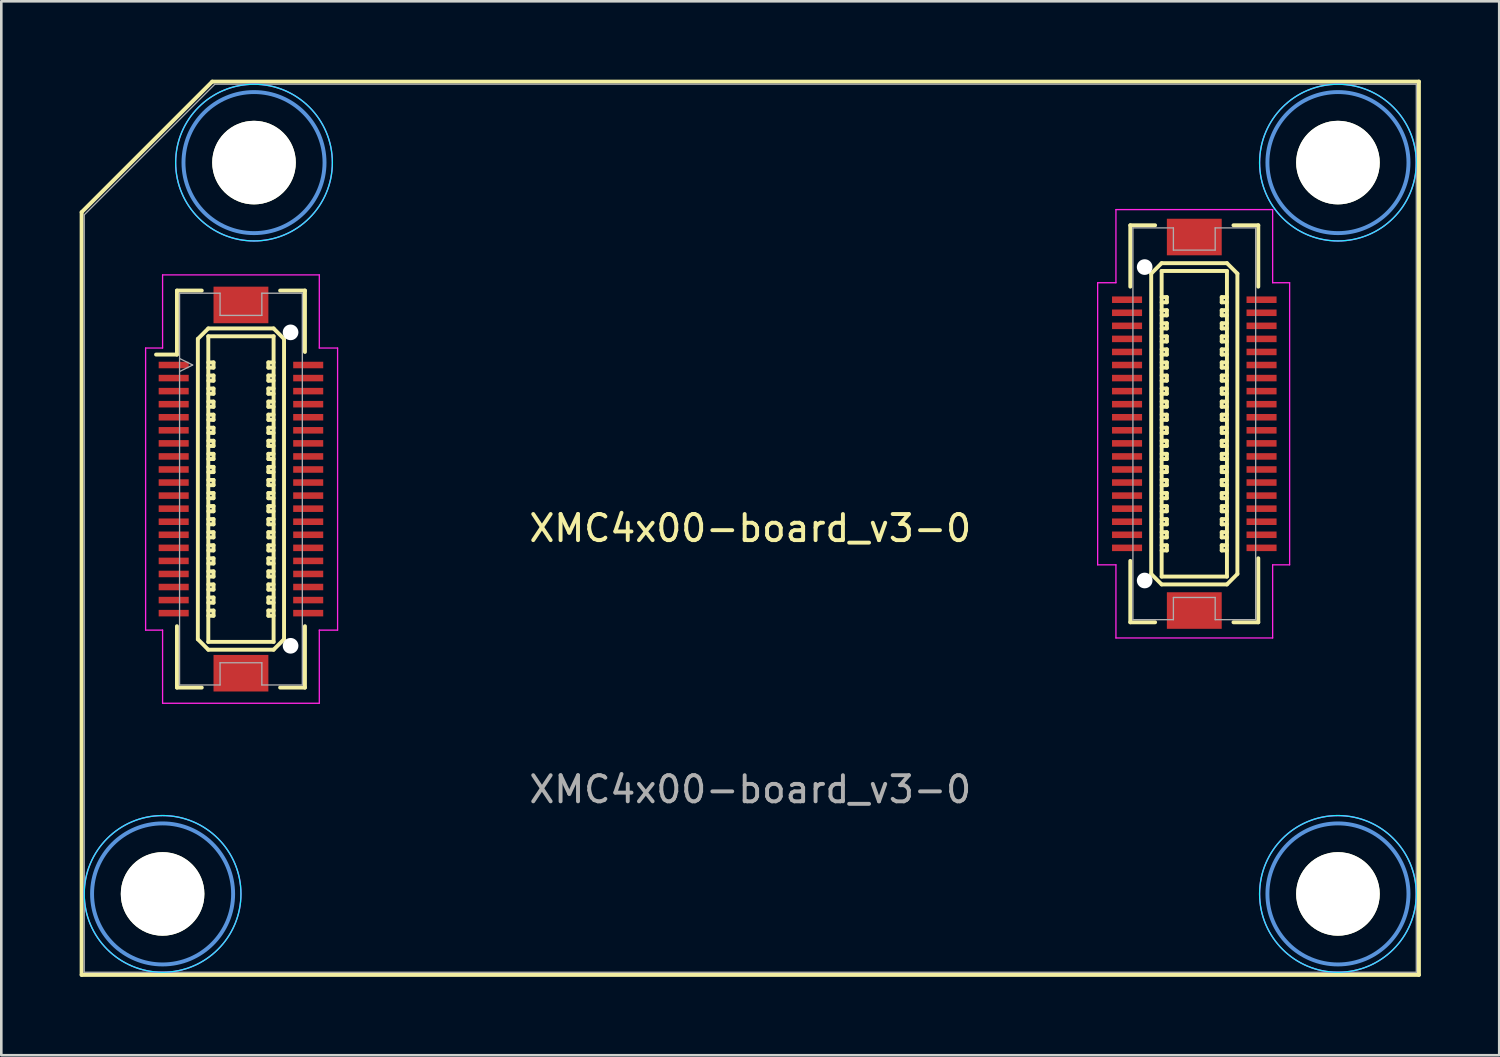
<source format=kicad_pcb>
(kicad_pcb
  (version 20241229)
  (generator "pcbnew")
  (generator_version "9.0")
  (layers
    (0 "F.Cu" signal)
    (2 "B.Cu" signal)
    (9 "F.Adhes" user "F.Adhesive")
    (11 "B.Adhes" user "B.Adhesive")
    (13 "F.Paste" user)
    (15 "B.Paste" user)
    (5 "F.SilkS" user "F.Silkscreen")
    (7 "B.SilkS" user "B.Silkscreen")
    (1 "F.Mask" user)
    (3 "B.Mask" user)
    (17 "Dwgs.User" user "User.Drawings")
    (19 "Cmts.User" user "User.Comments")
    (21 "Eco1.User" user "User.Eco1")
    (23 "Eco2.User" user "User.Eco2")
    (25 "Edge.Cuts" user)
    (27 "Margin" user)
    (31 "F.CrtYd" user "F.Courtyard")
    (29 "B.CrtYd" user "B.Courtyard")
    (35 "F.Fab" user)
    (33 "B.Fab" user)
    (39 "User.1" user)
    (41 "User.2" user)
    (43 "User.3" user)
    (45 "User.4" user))
  (footprint "XMC4x00-board_v3-0"
    (layer "F.Cu")
    (at 25.675 17.175)
    (property "Reference" "XMC4x00-board_v3-0" (at 0 10 0) (layer "F.Fab") (effects (font (size 1 1) (thickness 0.15))))
    (attr through_hole)
    (fp_line (start -25.6 -12.1) (end -20.6 -17.1) (stroke (width 0.15) (type solid)) (layer "F.SilkS"))
    (fp_line (start -25.6 17.1) (end -25.6 -12.1) (stroke (width 0.15) (type solid)) (layer "F.SilkS"))
    (fp_line (start -21.95 -9.1) (end -21.95 -6.65) (stroke (width 0.15) (type solid)) (layer "F.SilkS"))
    (fp_line (start -21.95 -9.1) (end -21 -9.1) (stroke (width 0.15) (type solid)) (layer "F.SilkS"))
    (fp_line (start -21.95 -6.65) (end -22.75 -6.65) (stroke (width 0.15) (type solid)) (layer "F.SilkS"))
    (fp_line (start -21.95 3.75) (end -21.95 6.1) (stroke (width 0.15) (type solid)) (layer "F.SilkS"))
    (fp_line (start -21.95 6.1) (end -21 6.1) (stroke (width 0.15) (type solid)) (layer "F.SilkS"))
    (fp_line (start -21.15 -7.25) (end -20.75 -7.65) (stroke (width 0.15) (type solid)) (layer "F.SilkS"))
    (fp_line (start -21.15 4.25) (end -21.15 -7.25) (stroke (width 0.15) (type solid)) (layer "F.SilkS"))
    (fp_line (start -20.75 -7.65) (end -18.25 -7.65) (stroke (width 0.15) (type solid)) (layer "F.SilkS"))
    (fp_line (start -20.75 -7.35) (end -18.25 -7.35) (stroke (width 0.15) (type solid)) (layer "F.SilkS"))
    (fp_line (start -20.75 -6.35) (end -20.55 -6.35) (stroke (width 0.15) (type solid)) (layer "F.SilkS"))
    (fp_line (start -20.75 -5.85) (end -20.55 -5.85) (stroke (width 0.15) (type solid)) (layer "F.SilkS"))
    (fp_line (start -20.75 -5.35) (end -20.55 -5.35) (stroke (width 0.15) (type solid)) (layer "F.SilkS"))
    (fp_line (start -20.75 -4.85) (end -20.55 -4.85) (stroke (width 0.15) (type solid)) (layer "F.SilkS"))
    (fp_line (start -20.75 -4.35) (end -20.55 -4.35) (stroke (width 0.15) (type solid)) (layer "F.SilkS"))
    (fp_line (start -20.75 -3.85) (end -20.55 -3.85) (stroke (width 0.15) (type solid)) (layer "F.SilkS"))
    (fp_line (start -20.75 -3.35) (end -20.55 -3.35) (stroke (width 0.15) (type solid)) (layer "F.SilkS"))
    (fp_line (start -20.75 -2.85) (end -20.55 -2.85) (stroke (width 0.15) (type solid)) (layer "F.SilkS"))
    (fp_line (start -20.75 -2.35) (end -20.55 -2.35) (stroke (width 0.15) (type solid)) (layer "F.SilkS"))
    (fp_line (start -20.75 -1.85) (end -20.55 -1.85) (stroke (width 0.15) (type solid)) (layer "F.SilkS"))
    (fp_line (start -20.75 -1.35) (end -20.55 -1.35) (stroke (width 0.15) (type solid)) (layer "F.SilkS"))
    (fp_line (start -20.75 -0.85) (end -20.55 -0.85) (stroke (width 0.15) (type solid)) (layer "F.SilkS"))
    (fp_line (start -20.75 -0.35) (end -20.55 -0.35) (stroke (width 0.15) (type solid)) (layer "F.SilkS"))
    (fp_line (start -20.75 0.15) (end -20.55 0.15) (stroke (width 0.15) (type solid)) (layer "F.SilkS"))
    (fp_line (start -20.75 0.65) (end -20.55 0.65) (stroke (width 0.15) (type solid)) (layer "F.SilkS"))
    (fp_line (start -20.75 1.15) (end -20.55 1.15) (stroke (width 0.15) (type solid)) (layer "F.SilkS"))
    (fp_line (start -20.75 1.65) (end -20.55 1.65) (stroke (width 0.15) (type solid)) (layer "F.SilkS"))
    (fp_line (start -20.75 2.15) (end -20.55 2.15) (stroke (width 0.15) (type solid)) (layer "F.SilkS"))
    (fp_line (start -20.75 2.65) (end -20.55 2.65) (stroke (width 0.15) (type solid)) (layer "F.SilkS"))
    (fp_line (start -20.75 3.15) (end -20.55 3.15) (stroke (width 0.15) (type solid)) (layer "F.SilkS"))
    (fp_line (start -20.75 4.35) (end -20.75 -7.35) (stroke (width 0.15) (type solid)) (layer "F.SilkS"))
    (fp_line (start -20.75 4.65) (end -21.15 4.25) (stroke (width 0.15) (type solid)) (layer "F.SilkS"))
    (fp_line (start -20.6 -17.1) (end 25.6 -17.1) (stroke (width 0.15) (type solid)) (layer "F.SilkS"))
    (fp_line (start -20.55 -6.35) (end -20.55 -6.15) (stroke (width 0.15) (type solid)) (layer "F.SilkS"))
    (fp_line (start -20.55 -6.15) (end -20.75 -6.15) (stroke (width 0.15) (type solid)) (layer "F.SilkS"))
    (fp_line (start -20.55 -5.85) (end -20.55 -5.65) (stroke (width 0.15) (type solid)) (layer "F.SilkS"))
    (fp_line (start -20.55 -5.65) (end -20.75 -5.65) (stroke (width 0.15) (type solid)) (layer "F.SilkS"))
    (fp_line (start -20.55 -5.35) (end -20.55 -5.15) (stroke (width 0.15) (type solid)) (layer "F.SilkS"))
    (fp_line (start -20.55 -5.15) (end -20.75 -5.15) (stroke (width 0.15) (type solid)) (layer "F.SilkS"))
    (fp_line (start -20.55 -4.85) (end -20.55 -4.65) (stroke (width 0.15) (type solid)) (layer "F.SilkS"))
    (fp_line (start -20.55 -4.65) (end -20.75 -4.65) (stroke (width 0.15) (type solid)) (layer "F.SilkS"))
    (fp_line (start -20.55 -4.35) (end -20.55 -4.15) (stroke (width 0.15) (type solid)) (layer "F.SilkS"))
    (fp_line (start -20.55 -4.15) (end -20.75 -4.15) (stroke (width 0.15) (type solid)) (layer "F.SilkS"))
    (fp_line (start -20.55 -3.85) (end -20.55 -3.65) (stroke (width 0.15) (type solid)) (layer "F.SilkS"))
    (fp_line (start -20.55 -3.65) (end -20.75 -3.65) (stroke (width 0.15) (type solid)) (layer "F.SilkS"))
    (fp_line (start -20.55 -3.35) (end -20.55 -3.15) (stroke (width 0.15) (type solid)) (layer "F.SilkS"))
    (fp_line (start -20.55 -3.15) (end -20.75 -3.15) (stroke (width 0.15) (type solid)) (layer "F.SilkS"))
    (fp_line (start -20.55 -2.85) (end -20.55 -2.65) (stroke (width 0.15) (type solid)) (layer "F.SilkS"))
    (fp_line (start -20.55 -2.65) (end -20.75 -2.65) (stroke (width 0.15) (type solid)) (layer "F.SilkS"))
    (fp_line (start -20.55 -2.35) (end -20.55 -2.15) (stroke (width 0.15) (type solid)) (layer "F.SilkS"))
    (fp_line (start -20.55 -2.15) (end -20.75 -2.15) (stroke (width 0.15) (type solid)) (layer "F.SilkS"))
    (fp_line (start -20.55 -1.85) (end -20.55 -1.65) (stroke (width 0.15) (type solid)) (layer "F.SilkS"))
    (fp_line (start -20.55 -1.65) (end -20.75 -1.65) (stroke (width 0.15) (type solid)) (layer "F.SilkS"))
    (fp_line (start -20.55 -1.35) (end -20.55 -1.15) (stroke (width 0.15) (type solid)) (layer "F.SilkS"))
    (fp_line (start -20.55 -1.15) (end -20.75 -1.15) (stroke (width 0.15) (type solid)) (layer "F.SilkS"))
    (fp_line (start -20.55 -0.85) (end -20.55 -0.65) (stroke (width 0.15) (type solid)) (layer "F.SilkS"))
    (fp_line (start -20.55 -0.65) (end -20.75 -0.65) (stroke (width 0.15) (type solid)) (layer "F.SilkS"))
    (fp_line (start -20.55 -0.35) (end -20.55 -0.15) (stroke (width 0.15) (type solid)) (layer "F.SilkS"))
    (fp_line (start -20.55 -0.15) (end -20.75 -0.15) (stroke (width 0.15) (type solid)) (layer "F.SilkS"))
    (fp_line (start -20.55 0.15) (end -20.55 0.35) (stroke (width 0.15) (type solid)) (layer "F.SilkS"))
    (fp_line (start -20.55 0.35) (end -20.75 0.35) (stroke (width 0.15) (type solid)) (layer "F.SilkS"))
    (fp_line (start -20.55 0.65) (end -20.55 0.85) (stroke (width 0.15) (type solid)) (layer "F.SilkS"))
    (fp_line (start -20.55 0.85) (end -20.75 0.85) (stroke (width 0.15) (type solid)) (layer "F.SilkS"))
    (fp_line (start -20.55 1.15) (end -20.55 1.35) (stroke (width 0.15) (type solid)) (layer "F.SilkS"))
    (fp_line (start -20.55 1.35) (end -20.75 1.35) (stroke (width 0.15) (type solid)) (layer "F.SilkS"))
    (fp_line (start -20.55 1.65) (end -20.55 1.85) (stroke (width 0.15) (type solid)) (layer "F.SilkS"))
    (fp_line (start -20.55 1.85) (end -20.75 1.85) (stroke (width 0.15) (type solid)) (layer "F.SilkS"))
    (fp_line (start -20.55 2.15) (end -20.55 2.35) (stroke (width 0.15) (type solid)) (layer "F.SilkS"))
    (fp_line (start -20.55 2.35) (end -20.75 2.35) (stroke (width 0.15) (type solid)) (layer "F.SilkS"))
    (fp_line (start -20.55 2.65) (end -20.55 2.85) (stroke (width 0.15) (type solid)) (layer "F.SilkS"))
    (fp_line (start -20.55 2.85) (end -20.75 2.85) (stroke (width 0.15) (type solid)) (layer "F.SilkS"))
    (fp_line (start -20.55 3.15) (end -20.55 3.35) (stroke (width 0.15) (type solid)) (layer "F.SilkS"))
    (fp_line (start -20.55 3.35) (end -20.75 3.35) (stroke (width 0.15) (type solid)) (layer "F.SilkS"))
    (fp_line (start -18.45 -6.35) (end -18.25 -6.35) (stroke (width 0.15) (type solid)) (layer "F.SilkS"))
    (fp_line (start -18.45 -6.15) (end -18.45 -6.35) (stroke (width 0.15) (type solid)) (layer "F.SilkS"))
    (fp_line (start -18.45 -5.85) (end -18.25 -5.85) (stroke (width 0.15) (type solid)) (layer "F.SilkS"))
    (fp_line (start -18.45 -5.65) (end -18.45 -5.85) (stroke (width 0.15) (type solid)) (layer "F.SilkS"))
    (fp_line (start -18.45 -5.35) (end -18.25 -5.35) (stroke (width 0.15) (type solid)) (layer "F.SilkS"))
    (fp_line (start -18.45 -5.15) (end -18.45 -5.35) (stroke (width 0.15) (type solid)) (layer "F.SilkS"))
    (fp_line (start -18.45 -4.85) (end -18.25 -4.85) (stroke (width 0.15) (type solid)) (layer "F.SilkS"))
    (fp_line (start -18.45 -4.65) (end -18.45 -4.85) (stroke (width 0.15) (type solid)) (layer "F.SilkS"))
    (fp_line (start -18.45 -4.35) (end -18.25 -4.35) (stroke (width 0.15) (type solid)) (layer "F.SilkS"))
    (fp_line (start -18.45 -4.15) (end -18.45 -4.35) (stroke (width 0.15) (type solid)) (layer "F.SilkS"))
    (fp_line (start -18.45 -3.85) (end -18.25 -3.85) (stroke (width 0.15) (type solid)) (layer "F.SilkS"))
    (fp_line (start -18.45 -3.65) (end -18.45 -3.85) (stroke (width 0.15) (type solid)) (layer "F.SilkS"))
    (fp_line (start -18.45 -3.35) (end -18.25 -3.35) (stroke (width 0.15) (type solid)) (layer "F.SilkS"))
    (fp_line (start -18.45 -3.15) (end -18.45 -3.35) (stroke (width 0.15) (type solid)) (layer "F.SilkS"))
    (fp_line (start -18.45 -2.85) (end -18.25 -2.85) (stroke (width 0.15) (type solid)) (layer "F.SilkS"))
    (fp_line (start -18.45 -2.65) (end -18.45 -2.85) (stroke (width 0.15) (type solid)) (layer "F.SilkS"))
    (fp_line (start -18.45 -2.35) (end -18.25 -2.35) (stroke (width 0.15) (type solid)) (layer "F.SilkS"))
    (fp_line (start -18.45 -2.15) (end -18.45 -2.35) (stroke (width 0.15) (type solid)) (layer "F.SilkS"))
    (fp_line (start -18.45 -1.85) (end -18.25 -1.85) (stroke (width 0.15) (type solid)) (layer "F.SilkS"))
    (fp_line (start -18.45 -1.65) (end -18.45 -1.85) (stroke (width 0.15) (type solid)) (layer "F.SilkS"))
    (fp_line (start -18.45 -1.35) (end -18.25 -1.35) (stroke (width 0.15) (type solid)) (layer "F.SilkS"))
    (fp_line (start -18.45 -1.15) (end -18.45 -1.35) (stroke (width 0.15) (type solid)) (layer "F.SilkS"))
    (fp_line (start -18.45 -0.85) (end -18.25 -0.85) (stroke (width 0.15) (type solid)) (layer "F.SilkS"))
    (fp_line (start -18.45 -0.65) (end -18.45 -0.85) (stroke (width 0.15) (type solid)) (layer "F.SilkS"))
    (fp_line (start -18.45 -0.35) (end -18.25 -0.35) (stroke (width 0.15) (type solid)) (layer "F.SilkS"))
    (fp_line (start -18.45 -0.15) (end -18.45 -0.35) (stroke (width 0.15) (type solid)) (layer "F.SilkS"))
    (fp_line (start -18.45 0.15) (end -18.25 0.15) (stroke (width 0.15) (type solid)) (layer "F.SilkS"))
    (fp_line (start -18.45 0.35) (end -18.45 0.15) (stroke (width 0.15) (type solid)) (layer "F.SilkS"))
    (fp_line (start -18.45 0.65) (end -18.25 0.65) (stroke (width 0.15) (type solid)) (layer "F.SilkS"))
    (fp_line (start -18.45 0.85) (end -18.45 0.65) (stroke (width 0.15) (type solid)) (layer "F.SilkS"))
    (fp_line (start -18.45 1.15) (end -18.25 1.15) (stroke (width 0.15) (type solid)) (layer "F.SilkS"))
    (fp_line (start -18.45 1.35) (end -18.45 1.15) (stroke (width 0.15) (type solid)) (layer "F.SilkS"))
    (fp_line (start -18.45 1.65) (end -18.25 1.65) (stroke (width 0.15) (type solid)) (layer "F.SilkS"))
    (fp_line (start -18.45 1.85) (end -18.45 1.65) (stroke (width 0.15) (type solid)) (layer "F.SilkS"))
    (fp_line (start -18.45 2.15) (end -18.25 2.15) (stroke (width 0.15) (type solid)) (layer "F.SilkS"))
    (fp_line (start -18.45 2.35) (end -18.45 2.15) (stroke (width 0.15) (type solid)) (layer "F.SilkS"))
    (fp_line (start -18.45 2.65) (end -18.25 2.65) (stroke (width 0.15) (type solid)) (layer "F.SilkS"))
    (fp_line (start -18.45 2.85) (end -18.45 2.65) (stroke (width 0.15) (type solid)) (layer "F.SilkS"))
    (fp_line (start -18.45 3.15) (end -18.25 3.15) (stroke (width 0.15) (type solid)) (layer "F.SilkS"))
    (fp_line (start -18.45 3.35) (end -18.45 3.15) (stroke (width 0.15) (type solid)) (layer "F.SilkS"))
    (fp_line (start -18.25 -7.65) (end -17.85 -7.25) (stroke (width 0.15) (type solid)) (layer "F.SilkS"))
    (fp_line (start -18.25 -7.35) (end -18.25 4.35) (stroke (width 0.15) (type solid)) (layer "F.SilkS"))
    (fp_line (start -18.25 -6.15) (end -18.45 -6.15) (stroke (width 0.15) (type solid)) (layer "F.SilkS"))
    (fp_line (start -18.25 -5.65) (end -18.45 -5.65) (stroke (width 0.15) (type solid)) (layer "F.SilkS"))
    (fp_line (start -18.25 -5.15) (end -18.45 -5.15) (stroke (width 0.15) (type solid)) (layer "F.SilkS"))
    (fp_line (start -18.25 -4.65) (end -18.45 -4.65) (stroke (width 0.15) (type solid)) (layer "F.SilkS"))
    (fp_line (start -18.25 -4.15) (end -18.45 -4.15) (stroke (width 0.15) (type solid)) (layer "F.SilkS"))
    (fp_line (start -18.25 -3.65) (end -18.45 -3.65) (stroke (width 0.15) (type solid)) (layer "F.SilkS"))
    (fp_line (start -18.25 -3.15) (end -18.45 -3.15) (stroke (width 0.15) (type solid)) (layer "F.SilkS"))
    (fp_line (start -18.25 -2.65) (end -18.45 -2.65) (stroke (width 0.15) (type solid)) (layer "F.SilkS"))
    (fp_line (start -18.25 -2.15) (end -18.45 -2.15) (stroke (width 0.15) (type solid)) (layer "F.SilkS"))
    (fp_line (start -18.25 -1.65) (end -18.45 -1.65) (stroke (width 0.15) (type solid)) (layer "F.SilkS"))
    (fp_line (start -18.25 -1.15) (end -18.45 -1.15) (stroke (width 0.15) (type solid)) (layer "F.SilkS"))
    (fp_line (start -18.25 -0.65) (end -18.45 -0.65) (stroke (width 0.15) (type solid)) (layer "F.SilkS"))
    (fp_line (start -18.25 -0.15) (end -18.45 -0.15) (stroke (width 0.15) (type solid)) (layer "F.SilkS"))
    (fp_line (start -18.25 0.35) (end -18.45 0.35) (stroke (width 0.15) (type solid)) (layer "F.SilkS"))
    (fp_line (start -18.25 0.85) (end -18.45 0.85) (stroke (width 0.15) (type solid)) (layer "F.SilkS"))
    (fp_line (start -18.25 1.35) (end -18.45 1.35) (stroke (width 0.15) (type solid)) (layer "F.SilkS"))
    (fp_line (start -18.25 1.85) (end -18.45 1.85) (stroke (width 0.15) (type solid)) (layer "F.SilkS"))
    (fp_line (start -18.25 2.35) (end -18.45 2.35) (stroke (width 0.15) (type solid)) (layer "F.SilkS"))
    (fp_line (start -18.25 2.85) (end -18.45 2.85) (stroke (width 0.15) (type solid)) (layer "F.SilkS"))
    (fp_line (start -18.25 3.35) (end -18.45 3.35) (stroke (width 0.15) (type solid)) (layer "F.SilkS"))
    (fp_line (start -18.25 4.35) (end -20.75 4.35) (stroke (width 0.15) (type solid)) (layer "F.SilkS"))
    (fp_line (start -18.25 4.65) (end -20.75 4.65) (stroke (width 0.15) (type solid)) (layer "F.SilkS"))
    (fp_line (start -18.25 4.65) (end -17.85 4.25) (stroke (width 0.15) (type solid)) (layer "F.SilkS"))
    (fp_line (start -18 -9.1) (end -17.05 -9.1) (stroke (width 0.15) (type solid)) (layer "F.SilkS"))
    (fp_line (start -17.85 -7.25) (end -17.85 4.25) (stroke (width 0.15) (type solid)) (layer "F.SilkS"))
    (fp_line (start -17.05 -9.1) (end -17.05 -6.75) (stroke (width 0.15) (type solid)) (layer "F.SilkS"))
    (fp_line (start -17.05 3.75) (end -17.05 6.1) (stroke (width 0.15) (type solid)) (layer "F.SilkS"))
    (fp_line (start -17.05 6.1) (end -18 6.1) (stroke (width 0.15) (type solid)) (layer "F.SilkS"))
    (fp_line (start 14.55 -11.6) (end 15.5 -11.6) (stroke (width 0.15) (type solid)) (layer "F.SilkS"))
    (fp_line (start 14.55 -9.25) (end 14.55 -11.6) (stroke (width 0.15) (type solid)) (layer "F.SilkS"))
    (fp_line (start 14.55 3.6) (end 14.55 1.25) (stroke (width 0.15) (type solid)) (layer "F.SilkS"))
    (fp_line (start 15.35 1.75) (end 15.35 -9.75) (stroke (width 0.15) (type solid)) (layer "F.SilkS"))
    (fp_line (start 15.5 3.6) (end 14.55 3.6) (stroke (width 0.15) (type solid)) (layer "F.SilkS"))
    (fp_line (start 15.75 -10.15) (end 15.35 -9.75) (stroke (width 0.15) (type solid)) (layer "F.SilkS"))
    (fp_line (start 15.75 -10.15) (end 18.25 -10.15) (stroke (width 0.15) (type solid)) (layer "F.SilkS"))
    (fp_line (start 15.75 -9.85) (end 18.25 -9.85) (stroke (width 0.15) (type solid)) (layer "F.SilkS"))
    (fp_line (start 15.75 -8.85) (end 15.95 -8.85) (stroke (width 0.15) (type solid)) (layer "F.SilkS"))
    (fp_line (start 15.75 -8.35) (end 15.95 -8.35) (stroke (width 0.15) (type solid)) (layer "F.SilkS"))
    (fp_line (start 15.75 -7.85) (end 15.95 -7.85) (stroke (width 0.15) (type solid)) (layer "F.SilkS"))
    (fp_line (start 15.75 -7.35) (end 15.95 -7.35) (stroke (width 0.15) (type solid)) (layer "F.SilkS"))
    (fp_line (start 15.75 -6.85) (end 15.95 -6.85) (stroke (width 0.15) (type solid)) (layer "F.SilkS"))
    (fp_line (start 15.75 -6.35) (end 15.95 -6.35) (stroke (width 0.15) (type solid)) (layer "F.SilkS"))
    (fp_line (start 15.75 -5.85) (end 15.95 -5.85) (stroke (width 0.15) (type solid)) (layer "F.SilkS"))
    (fp_line (start 15.75 -5.35) (end 15.95 -5.35) (stroke (width 0.15) (type solid)) (layer "F.SilkS"))
    (fp_line (start 15.75 -4.85) (end 15.95 -4.85) (stroke (width 0.15) (type solid)) (layer "F.SilkS"))
    (fp_line (start 15.75 -4.35) (end 15.95 -4.35) (stroke (width 0.15) (type solid)) (layer "F.SilkS"))
    (fp_line (start 15.75 -3.85) (end 15.95 -3.85) (stroke (width 0.15) (type solid)) (layer "F.SilkS"))
    (fp_line (start 15.75 -3.35) (end 15.95 -3.35) (stroke (width 0.15) (type solid)) (layer "F.SilkS"))
    (fp_line (start 15.75 -2.85) (end 15.95 -2.85) (stroke (width 0.15) (type solid)) (layer "F.SilkS"))
    (fp_line (start 15.75 -2.35) (end 15.95 -2.35) (stroke (width 0.15) (type solid)) (layer "F.SilkS"))
    (fp_line (start 15.75 -1.85) (end 15.95 -1.85) (stroke (width 0.15) (type solid)) (layer "F.SilkS"))
    (fp_line (start 15.75 -1.35) (end 15.95 -1.35) (stroke (width 0.15) (type solid)) (layer "F.SilkS"))
    (fp_line (start 15.75 -0.85) (end 15.95 -0.85) (stroke (width 0.15) (type solid)) (layer "F.SilkS"))
    (fp_line (start 15.75 -0.35) (end 15.95 -0.35) (stroke (width 0.15) (type solid)) (layer "F.SilkS"))
    (fp_line (start 15.75 0.15) (end 15.95 0.15) (stroke (width 0.15) (type solid)) (layer "F.SilkS"))
    (fp_line (start 15.75 0.65) (end 15.95 0.65) (stroke (width 0.15) (type solid)) (layer "F.SilkS"))
    (fp_line (start 15.75 1.85) (end 15.75 -9.85) (stroke (width 0.15) (type solid)) (layer "F.SilkS"))
    (fp_line (start 15.75 2.15) (end 15.35 1.75) (stroke (width 0.15) (type solid)) (layer "F.SilkS"))
    (fp_line (start 15.95 -8.85) (end 15.95 -8.65) (stroke (width 0.15) (type solid)) (layer "F.SilkS"))
    (fp_line (start 15.95 -8.65) (end 15.75 -8.65) (stroke (width 0.15) (type solid)) (layer "F.SilkS"))
    (fp_line (start 15.95 -8.35) (end 15.95 -8.15) (stroke (width 0.15) (type solid)) (layer "F.SilkS"))
    (fp_line (start 15.95 -8.15) (end 15.75 -8.15) (stroke (width 0.15) (type solid)) (layer "F.SilkS"))
    (fp_line (start 15.95 -7.85) (end 15.95 -7.65) (stroke (width 0.15) (type solid)) (layer "F.SilkS"))
    (fp_line (start 15.95 -7.65) (end 15.75 -7.65) (stroke (width 0.15) (type solid)) (layer "F.SilkS"))
    (fp_line (start 15.95 -7.35) (end 15.95 -7.15) (stroke (width 0.15) (type solid)) (layer "F.SilkS"))
    (fp_line (start 15.95 -7.15) (end 15.75 -7.15) (stroke (width 0.15) (type solid)) (layer "F.SilkS"))
    (fp_line (start 15.95 -6.85) (end 15.95 -6.65) (stroke (width 0.15) (type solid)) (layer "F.SilkS"))
    (fp_line (start 15.95 -6.65) (end 15.75 -6.65) (stroke (width 0.15) (type solid)) (layer "F.SilkS"))
    (fp_line (start 15.95 -6.35) (end 15.95 -6.15) (stroke (width 0.15) (type solid)) (layer "F.SilkS"))
    (fp_line (start 15.95 -6.15) (end 15.75 -6.15) (stroke (width 0.15) (type solid)) (layer "F.SilkS"))
    (fp_line (start 15.95 -5.85) (end 15.95 -5.65) (stroke (width 0.15) (type solid)) (layer "F.SilkS"))
    (fp_line (start 15.95 -5.65) (end 15.75 -5.65) (stroke (width 0.15) (type solid)) (layer "F.SilkS"))
    (fp_line (start 15.95 -5.35) (end 15.95 -5.15) (stroke (width 0.15) (type solid)) (layer "F.SilkS"))
    (fp_line (start 15.95 -5.15) (end 15.75 -5.15) (stroke (width 0.15) (type solid)) (layer "F.SilkS"))
    (fp_line (start 15.95 -4.85) (end 15.95 -4.65) (stroke (width 0.15) (type solid)) (layer "F.SilkS"))
    (fp_line (start 15.95 -4.65) (end 15.75 -4.65) (stroke (width 0.15) (type solid)) (layer "F.SilkS"))
    (fp_line (start 15.95 -4.35) (end 15.95 -4.15) (stroke (width 0.15) (type solid)) (layer "F.SilkS"))
    (fp_line (start 15.95 -4.15) (end 15.75 -4.15) (stroke (width 0.15) (type solid)) (layer "F.SilkS"))
    (fp_line (start 15.95 -3.85) (end 15.95 -3.65) (stroke (width 0.15) (type solid)) (layer "F.SilkS"))
    (fp_line (start 15.95 -3.65) (end 15.75 -3.65) (stroke (width 0.15) (type solid)) (layer "F.SilkS"))
    (fp_line (start 15.95 -3.35) (end 15.95 -3.15) (stroke (width 0.15) (type solid)) (layer "F.SilkS"))
    (fp_line (start 15.95 -3.15) (end 15.75 -3.15) (stroke (width 0.15) (type solid)) (layer "F.SilkS"))
    (fp_line (start 15.95 -2.85) (end 15.95 -2.65) (stroke (width 0.15) (type solid)) (layer "F.SilkS"))
    (fp_line (start 15.95 -2.65) (end 15.75 -2.65) (stroke (width 0.15) (type solid)) (layer "F.SilkS"))
    (fp_line (start 15.95 -2.35) (end 15.95 -2.15) (stroke (width 0.15) (type solid)) (layer "F.SilkS"))
    (fp_line (start 15.95 -2.15) (end 15.75 -2.15) (stroke (width 0.15) (type solid)) (layer "F.SilkS"))
    (fp_line (start 15.95 -1.85) (end 15.95 -1.65) (stroke (width 0.15) (type solid)) (layer "F.SilkS"))
    (fp_line (start 15.95 -1.65) (end 15.75 -1.65) (stroke (width 0.15) (type solid)) (layer "F.SilkS"))
    (fp_line (start 15.95 -1.35) (end 15.95 -1.15) (stroke (width 0.15) (type solid)) (layer "F.SilkS"))
    (fp_line (start 15.95 -1.15) (end 15.75 -1.15) (stroke (width 0.15) (type solid)) (layer "F.SilkS"))
    (fp_line (start 15.95 -0.85) (end 15.95 -0.65) (stroke (width 0.15) (type solid)) (layer "F.SilkS"))
    (fp_line (start 15.95 -0.65) (end 15.75 -0.65) (stroke (width 0.15) (type solid)) (layer "F.SilkS"))
    (fp_line (start 15.95 -0.35) (end 15.95 -0.15) (stroke (width 0.15) (type solid)) (layer "F.SilkS"))
    (fp_line (start 15.95 -0.15) (end 15.75 -0.15) (stroke (width 0.15) (type solid)) (layer "F.SilkS"))
    (fp_line (start 15.95 0.15) (end 15.95 0.35) (stroke (width 0.15) (type solid)) (layer "F.SilkS"))
    (fp_line (start 15.95 0.35) (end 15.75 0.35) (stroke (width 0.15) (type solid)) (layer "F.SilkS"))
    (fp_line (start 15.95 0.65) (end 15.95 0.85) (stroke (width 0.15) (type solid)) (layer "F.SilkS"))
    (fp_line (start 15.95 0.85) (end 15.75 0.85) (stroke (width 0.15) (type solid)) (layer "F.SilkS"))
    (fp_line (start 18.05 -8.85) (end 18.25 -8.85) (stroke (width 0.15) (type solid)) (layer "F.SilkS"))
    (fp_line (start 18.05 -8.65) (end 18.05 -8.85) (stroke (width 0.15) (type solid)) (layer "F.SilkS"))
    (fp_line (start 18.05 -8.35) (end 18.25 -8.35) (stroke (width 0.15) (type solid)) (layer "F.SilkS"))
    (fp_line (start 18.05 -8.15) (end 18.05 -8.35) (stroke (width 0.15) (type solid)) (layer "F.SilkS"))
    (fp_line (start 18.05 -7.85) (end 18.25 -7.85) (stroke (width 0.15) (type solid)) (layer "F.SilkS"))
    (fp_line (start 18.05 -7.65) (end 18.05 -7.85) (stroke (width 0.15) (type solid)) (layer "F.SilkS"))
    (fp_line (start 18.05 -7.35) (end 18.25 -7.35) (stroke (width 0.15) (type solid)) (layer "F.SilkS"))
    (fp_line (start 18.05 -7.15) (end 18.05 -7.35) (stroke (width 0.15) (type solid)) (layer "F.SilkS"))
    (fp_line (start 18.05 -6.85) (end 18.25 -6.85) (stroke (width 0.15) (type solid)) (layer "F.SilkS"))
    (fp_line (start 18.05 -6.65) (end 18.05 -6.85) (stroke (width 0.15) (type solid)) (layer "F.SilkS"))
    (fp_line (start 18.05 -6.35) (end 18.25 -6.35) (stroke (width 0.15) (type solid)) (layer "F.SilkS"))
    (fp_line (start 18.05 -6.15) (end 18.05 -6.35) (stroke (width 0.15) (type solid)) (layer "F.SilkS"))
    (fp_line (start 18.05 -5.85) (end 18.25 -5.85) (stroke (width 0.15) (type solid)) (layer "F.SilkS"))
    (fp_line (start 18.05 -5.65) (end 18.05 -5.85) (stroke (width 0.15) (type solid)) (layer "F.SilkS"))
    (fp_line (start 18.05 -5.35) (end 18.25 -5.35) (stroke (width 0.15) (type solid)) (layer "F.SilkS"))
    (fp_line (start 18.05 -5.15) (end 18.05 -5.35) (stroke (width 0.15) (type solid)) (layer "F.SilkS"))
    (fp_line (start 18.05 -4.85) (end 18.25 -4.85) (stroke (width 0.15) (type solid)) (layer "F.SilkS"))
    (fp_line (start 18.05 -4.65) (end 18.05 -4.85) (stroke (width 0.15) (type solid)) (layer "F.SilkS"))
    (fp_line (start 18.05 -4.35) (end 18.25 -4.35) (stroke (width 0.15) (type solid)) (layer "F.SilkS"))
    (fp_line (start 18.05 -4.15) (end 18.05 -4.35) (stroke (width 0.15) (type solid)) (layer "F.SilkS"))
    (fp_line (start 18.05 -3.85) (end 18.25 -3.85) (stroke (width 0.15) (type solid)) (layer "F.SilkS"))
    (fp_line (start 18.05 -3.65) (end 18.05 -3.85) (stroke (width 0.15) (type solid)) (layer "F.SilkS"))
    (fp_line (start 18.05 -3.35) (end 18.25 -3.35) (stroke (width 0.15) (type solid)) (layer "F.SilkS"))
    (fp_line (start 18.05 -3.15) (end 18.05 -3.35) (stroke (width 0.15) (type solid)) (layer "F.SilkS"))
    (fp_line (start 18.05 -2.85) (end 18.25 -2.85) (stroke (width 0.15) (type solid)) (layer "F.SilkS"))
    (fp_line (start 18.05 -2.65) (end 18.05 -2.85) (stroke (width 0.15) (type solid)) (layer "F.SilkS"))
    (fp_line (start 18.05 -2.35) (end 18.25 -2.35) (stroke (width 0.15) (type solid)) (layer "F.SilkS"))
    (fp_line (start 18.05 -2.15) (end 18.05 -2.35) (stroke (width 0.15) (type solid)) (layer "F.SilkS"))
    (fp_line (start 18.05 -1.85) (end 18.25 -1.85) (stroke (width 0.15) (type solid)) (layer "F.SilkS"))
    (fp_line (start 18.05 -1.65) (end 18.05 -1.85) (stroke (width 0.15) (type solid)) (layer "F.SilkS"))
    (fp_line (start 18.05 -1.35) (end 18.25 -1.35) (stroke (width 0.15) (type solid)) (layer "F.SilkS"))
    (fp_line (start 18.05 -1.15) (end 18.05 -1.35) (stroke (width 0.15) (type solid)) (layer "F.SilkS"))
    (fp_line (start 18.05 -0.85) (end 18.25 -0.85) (stroke (width 0.15) (type solid)) (layer "F.SilkS"))
    (fp_line (start 18.05 -0.65) (end 18.05 -0.85) (stroke (width 0.15) (type solid)) (layer "F.SilkS"))
    (fp_line (start 18.05 -0.35) (end 18.25 -0.35) (stroke (width 0.15) (type solid)) (layer "F.SilkS"))
    (fp_line (start 18.05 -0.15) (end 18.05 -0.35) (stroke (width 0.15) (type solid)) (layer "F.SilkS"))
    (fp_line (start 18.05 0.15) (end 18.25 0.15) (stroke (width 0.15) (type solid)) (layer "F.SilkS"))
    (fp_line (start 18.05 0.35) (end 18.05 0.15) (stroke (width 0.15) (type solid)) (layer "F.SilkS"))
    (fp_line (start 18.05 0.65) (end 18.25 0.65) (stroke (width 0.15) (type solid)) (layer "F.SilkS"))
    (fp_line (start 18.05 0.85) (end 18.05 0.65) (stroke (width 0.15) (type solid)) (layer "F.SilkS"))
    (fp_line (start 18.25 -10.15) (end 18.65 -9.75) (stroke (width 0.15) (type solid)) (layer "F.SilkS"))
    (fp_line (start 18.25 -9.85) (end 18.25 1.85) (stroke (width 0.15) (type solid)) (layer "F.SilkS"))
    (fp_line (start 18.25 -8.65) (end 18.05 -8.65) (stroke (width 0.15) (type solid)) (layer "F.SilkS"))
    (fp_line (start 18.25 -8.15) (end 18.05 -8.15) (stroke (width 0.15) (type solid)) (layer "F.SilkS"))
    (fp_line (start 18.25 -7.65) (end 18.05 -7.65) (stroke (width 0.15) (type solid)) (layer "F.SilkS"))
    (fp_line (start 18.25 -7.15) (end 18.05 -7.15) (stroke (width 0.15) (type solid)) (layer "F.SilkS"))
    (fp_line (start 18.25 -6.65) (end 18.05 -6.65) (stroke (width 0.15) (type solid)) (layer "F.SilkS"))
    (fp_line (start 18.25 -6.15) (end 18.05 -6.15) (stroke (width 0.15) (type solid)) (layer "F.SilkS"))
    (fp_line (start 18.25 -5.65) (end 18.05 -5.65) (stroke (width 0.15) (type solid)) (layer "F.SilkS"))
    (fp_line (start 18.25 -5.15) (end 18.05 -5.15) (stroke (width 0.15) (type solid)) (layer "F.SilkS"))
    (fp_line (start 18.25 -4.65) (end 18.05 -4.65) (stroke (width 0.15) (type solid)) (layer "F.SilkS"))
    (fp_line (start 18.25 -4.15) (end 18.05 -4.15) (stroke (width 0.15) (type solid)) (layer "F.SilkS"))
    (fp_line (start 18.25 -3.65) (end 18.05 -3.65) (stroke (width 0.15) (type solid)) (layer "F.SilkS"))
    (fp_line (start 18.25 -3.15) (end 18.05 -3.15) (stroke (width 0.15) (type solid)) (layer "F.SilkS"))
    (fp_line (start 18.25 -2.65) (end 18.05 -2.65) (stroke (width 0.15) (type solid)) (layer "F.SilkS"))
    (fp_line (start 18.25 -2.15) (end 18.05 -2.15) (stroke (width 0.15) (type solid)) (layer "F.SilkS"))
    (fp_line (start 18.25 -1.65) (end 18.05 -1.65) (stroke (width 0.15) (type solid)) (layer "F.SilkS"))
    (fp_line (start 18.25 -1.15) (end 18.05 -1.15) (stroke (width 0.15) (type solid)) (layer "F.SilkS"))
    (fp_line (start 18.25 -0.65) (end 18.05 -0.65) (stroke (width 0.15) (type solid)) (layer "F.SilkS"))
    (fp_line (start 18.25 -0.15) (end 18.05 -0.15) (stroke (width 0.15) (type solid)) (layer "F.SilkS"))
    (fp_line (start 18.25 0.35) (end 18.05 0.35) (stroke (width 0.15) (type solid)) (layer "F.SilkS"))
    (fp_line (start 18.25 0.85) (end 18.05 0.85) (stroke (width 0.15) (type solid)) (layer "F.SilkS"))
    (fp_line (start 18.25 1.85) (end 15.75 1.85) (stroke (width 0.15) (type solid)) (layer "F.SilkS"))
    (fp_line (start 18.25 2.15) (end 15.75 2.15) (stroke (width 0.15) (type solid)) (layer "F.SilkS"))
    (fp_line (start 18.65 -9.75) (end 18.65 1.75) (stroke (width 0.15) (type solid)) (layer "F.SilkS"))
    (fp_line (start 18.65 1.75) (end 18.25 2.15) (stroke (width 0.15) (type solid)) (layer "F.SilkS"))
    (fp_line (start 19.45 -11.6) (end 18.5 -11.6) (stroke (width 0.15) (type solid)) (layer "F.SilkS"))
    (fp_line (start 19.45 -9.25) (end 19.45 -11.6) (stroke (width 0.15) (type solid)) (layer "F.SilkS"))
    (fp_line (start 19.45 3.6) (end 18.5 3.6) (stroke (width 0.15) (type solid)) (layer "F.SilkS"))
    (fp_line (start 19.45 3.6) (end 19.45 1.15) (stroke (width 0.15) (type solid)) (layer "F.SilkS"))
    (fp_line (start 25.6 -17.1) (end 25.6 17.1) (stroke (width 0.15) (type solid)) (layer "F.SilkS"))
    (fp_line (start 25.6 17.1) (end -25.6 17.1) (stroke (width 0.15) (type solid)) (layer "F.SilkS"))
    (fp_circle (center -22.5 14) (end -19.8 14) (stroke (width 0.15) (type solid)) (fill no) (layer "Cmts.User"))
    (fp_circle (center -19 -14) (end -16.3 -14) (stroke (width 0.15) (type solid)) (fill no) (layer "Cmts.User"))
    (fp_circle (center 22.5 -14) (end 25.2 -14) (stroke (width 0.15) (type solid)) (fill no) (layer "Cmts.User"))
    (fp_circle (center 22.5 14) (end 25.2 14) (stroke (width 0.15) (type solid)) (fill no) (layer "Cmts.User"))
    (fp_circle (center -22.5 14) (end -19.5 14) (stroke (width 0.05) (type solid)) (fill no) (layer "B.CrtYd"))
    (fp_circle (center -19 -14) (end -16 -14) (stroke (width 0.05) (type solid)) (fill no) (layer "B.CrtYd"))
    (fp_circle (center 22.5 -14) (end 25.5 -14) (stroke (width 0.05) (type solid)) (fill no) (layer "B.CrtYd"))
    (fp_circle (center 22.5 14) (end 25.5 14) (stroke (width 0.05) (type solid)) (fill no) (layer "B.CrtYd"))
    (fp_line (start -23.15 -6.9) (end -23.15 3.9) (stroke (width 0.05) (type solid)) (layer "F.CrtYd"))
    (fp_line (start -22.5 -9.7) (end -22.5 -6.9) (stroke (width 0.05) (type solid)) (layer "F.CrtYd"))
    (fp_line (start -22.5 -6.9) (end -23.15 -6.9) (stroke (width 0.05) (type solid)) (layer "F.CrtYd"))
    (fp_line (start -22.5 3.9) (end -23.15 3.9) (stroke (width 0.05) (type solid)) (layer "F.CrtYd"))
    (fp_line (start -22.5 6.7) (end -22.5 3.9) (stroke (width 0.05) (type solid)) (layer "F.CrtYd"))
    (fp_line (start -22.5 6.7) (end -16.5 6.7) (stroke (width 0.05) (type solid)) (layer "F.CrtYd"))
    (fp_line (start -16.5 -9.7) (end -22.5 -9.7) (stroke (width 0.05) (type solid)) (layer "F.CrtYd"))
    (fp_line (start -16.5 -6.9) (end -16.5 -9.7) (stroke (width 0.05) (type solid)) (layer "F.CrtYd"))
    (fp_line (start -16.5 3.9) (end -15.8 3.9) (stroke (width 0.05) (type solid)) (layer "F.CrtYd"))
    (fp_line (start -16.5 6.7) (end -16.5 3.9) (stroke (width 0.05) (type solid)) (layer "F.CrtYd"))
    (fp_line (start -15.8 -6.9) (end -16.5 -6.9) (stroke (width 0.05) (type solid)) (layer "F.CrtYd"))
    (fp_line (start -15.8 3.9) (end -15.8 -6.9) (stroke (width 0.05) (type solid)) (layer "F.CrtYd"))
    (fp_line (start 13.3 -9.4) (end 13.3 1.4) (stroke (width 0.05) (type solid)) (layer "F.CrtYd"))
    (fp_line (start 13.3 1.4) (end 14 1.4) (stroke (width 0.05) (type solid)) (layer "F.CrtYd"))
    (fp_line (start 14 -12.2) (end 14 -9.4) (stroke (width 0.05) (type solid)) (layer "F.CrtYd"))
    (fp_line (start 14 -9.4) (end 13.3 -9.4) (stroke (width 0.05) (type solid)) (layer "F.CrtYd"))
    (fp_line (start 14 1.4) (end 14 4.2) (stroke (width 0.05) (type solid)) (layer "F.CrtYd"))
    (fp_line (start 14 4.2) (end 20 4.2) (stroke (width 0.05) (type solid)) (layer "F.CrtYd"))
    (fp_line (start 20 -12.2) (end 14 -12.2) (stroke (width 0.05) (type solid)) (layer "F.CrtYd"))
    (fp_line (start 20 -12.2) (end 20 -9.4) (stroke (width 0.05) (type solid)) (layer "F.CrtYd"))
    (fp_line (start 20 -9.4) (end 20.65 -9.4) (stroke (width 0.05) (type solid)) (layer "F.CrtYd"))
    (fp_line (start 20 1.4) (end 20.65 1.4) (stroke (width 0.05) (type solid)) (layer "F.CrtYd"))
    (fp_line (start 20 4.2) (end 20 1.4) (stroke (width 0.05) (type solid)) (layer "F.CrtYd"))
    (fp_line (start 20.65 1.4) (end 20.65 -9.4) (stroke (width 0.05) (type solid)) (layer "F.CrtYd"))
    (fp_circle (center -22.5 14) (end -19.5 14) (stroke (width 0.05) (type solid)) (fill no) (layer "F.CrtYd"))
    (fp_circle (center -19 -14) (end -16 -14) (stroke (width 0.05) (type solid)) (fill no) (layer "F.CrtYd"))
    (fp_circle (center 22.5 -14) (end 25.5 -14) (stroke (width 0.05) (type solid)) (fill no) (layer "F.CrtYd"))
    (fp_circle (center 22.5 14) (end 25.5 14) (stroke (width 0.05) (type solid)) (fill no) (layer "F.CrtYd"))
    (fp_line (start -25.5 17) (end -25.5 -12) (stroke (width 0.05) (type solid)) (layer "F.Fab"))
    (fp_line (start -21.85 -9) (end -21.85 6) (stroke (width 0.05) (type solid)) (layer "F.Fab"))
    (fp_line (start -21.85 -9) (end -20.3 -9) (stroke (width 0.05) (type solid)) (layer "F.Fab"))
    (fp_line (start -21.85 -6) (end -21.35 -6.25) (stroke (width 0.05) (type solid)) (layer "F.Fab"))
    (fp_line (start -21.85 6) (end -20.3 6) (stroke (width 0.05) (type solid)) (layer "F.Fab"))
    (fp_line (start -21.35 -6.25) (end -21.85 -6.5) (stroke (width 0.05) (type solid)) (layer "F.Fab"))
    (fp_line (start -20.5 -17) (end -25.5 -12) (stroke (width 0.05) (type solid)) (layer "F.Fab"))
    (fp_line (start -20.5 -17) (end 25.5 -17) (stroke (width 0.05) (type solid)) (layer "F.Fab"))
    (fp_line (start -20.3 -9) (end -20.3 -8.15) (stroke (width 0.05) (type solid)) (layer "F.Fab"))
    (fp_line (start -20.3 -8.15) (end -18.7 -8.15) (stroke (width 0.05) (type solid)) (layer "F.Fab"))
    (fp_line (start -20.3 5.15) (end -20.3 6) (stroke (width 0.05) (type solid)) (layer "F.Fab"))
    (fp_line (start -20.3 5.15) (end -18.7 5.15) (stroke (width 0.05) (type solid)) (layer "F.Fab"))
    (fp_line (start -18.7 -9) (end -17.15 -9) (stroke (width 0.05) (type solid)) (layer "F.Fab"))
    (fp_line (start -18.7 -8.15) (end -18.7 -9) (stroke (width 0.05) (type solid)) (layer "F.Fab"))
    (fp_line (start -18.7 6) (end -18.7 5.15) (stroke (width 0.05) (type solid)) (layer "F.Fab"))
    (fp_line (start -18.7 6) (end -17.15 6) (stroke (width 0.05) (type solid)) (layer "F.Fab"))
    (fp_line (start -17.15 -9) (end -17.15 6) (stroke (width 0.05) (type solid)) (layer "F.Fab"))
    (fp_line (start 14.65 3.5) (end 14.65 -11.5) (stroke (width 0.05) (type solid)) (layer "F.Fab"))
    (fp_line (start 16.2 -11.5) (end 14.65 -11.5) (stroke (width 0.05) (type solid)) (layer "F.Fab"))
    (fp_line (start 16.2 -11.5) (end 16.2 -10.65) (stroke (width 0.05) (type solid)) (layer "F.Fab"))
    (fp_line (start 16.2 2.65) (end 16.2 3.5) (stroke (width 0.05) (type solid)) (layer "F.Fab"))
    (fp_line (start 16.2 3.5) (end 14.65 3.5) (stroke (width 0.05) (type solid)) (layer "F.Fab"))
    (fp_line (start 17.8 -10.65) (end 16.2 -10.65) (stroke (width 0.05) (type solid)) (layer "F.Fab"))
    (fp_line (start 17.8 -10.65) (end 17.8 -11.5) (stroke (width 0.05) (type solid)) (layer "F.Fab"))
    (fp_line (start 17.8 2.65) (end 16.2 2.65) (stroke (width 0.05) (type solid)) (layer "F.Fab"))
    (fp_line (start 17.8 3.5) (end 17.8 2.65) (stroke (width 0.05) (type solid)) (layer "F.Fab"))
    (fp_line (start 19.35 -11.5) (end 17.8 -11.5) (stroke (width 0.05) (type solid)) (layer "F.Fab"))
    (fp_line (start 19.35 3.5) (end 17.8 3.5) (stroke (width 0.05) (type solid)) (layer "F.Fab"))
    (fp_line (start 19.35 3.5) (end 19.35 -11.5) (stroke (width 0.05) (type solid)) (layer "F.Fab"))
    (fp_line (start 25.5 -17) (end 25.5 17) (stroke (width 0.05) (type solid)) (layer "F.Fab"))
    (fp_line (start 25.5 17) (end -25.5 17) (stroke (width 0.05) (type solid)) (layer "F.Fab"))
    (fp_text user "${REFERENCE}" (at 0 0 0) (layer "F.SilkS") (effects (font (size 1 1) (thickness 0.15))))
    (pad "" np_thru_hole circle (at -22.5 14) (size 3.2 3.2) (drill 3.2) (layers "*.Cu" "*.Mask" "F.SilkS"))
    (pad "" smd rect (at -19.5 -8.55) (size 2.1 1.4) (layers "F.Cu" "F.Mask" "F.Paste"))
    (pad "" smd rect (at -19.5 5.55) (size 2.1 1.4) (layers "F.Cu" "F.Mask" "F.Paste"))
    (pad "" np_thru_hole circle (at -19 -14) (size 3.2 3.2) (drill 3.2) (layers "*.Cu" "*.Mask" "F.SilkS"))
    (pad "" np_thru_hole circle (at -17.6 -7.5) (size 0.6 0.6) (drill 0.6) (layers "*.Cu"))
    (pad "" np_thru_hole circle (at -17.6 4.5) (size 0.6 0.6) (drill 0.6) (layers "*.Cu"))
    (pad "" np_thru_hole circle (at 15.1 -10 180) (size 0.6 0.6) (drill 0.6) (layers "*.Cu"))
    (pad "" np_thru_hole circle (at 15.1 2 180) (size 0.6 0.6) (drill 0.6) (layers "*.Cu"))
    (pad "" smd rect (at 17 -11.15 180) (size 2.1 1.4) (layers "F.Cu" "F.Mask" "F.Paste"))
    (pad "" smd rect (at 17 3.15 180) (size 2.1 1.4) (layers "F.Cu" "F.Mask" "F.Paste"))
    (pad "" np_thru_hole circle (at 22.5 -14) (size 3.2 3.2) (drill 3.2) (layers "*.Cu" "*.Mask" "F.SilkS"))
    (pad "" np_thru_hole circle (at 22.5 14) (size 3.2 3.2) (drill 3.2) (layers "*.Cu" "*.Mask" "F.SilkS"))
    (pad "1" smd rect (at -22.075 -6.25) (size 1.15 0.25) (layers "F.Cu" "F.Mask" "F.Paste"))
    (pad "2" smd rect (at -22.075 -5.75) (size 1.15 0.25) (layers "F.Cu" "F.Mask" "F.Paste"))
    (pad "3" smd rect (at -22.075 -5.25) (size 1.15 0.25) (layers "F.Cu" "F.Mask" "F.Paste"))
    (pad "4" smd rect (at -22.075 -4.75) (size 1.15 0.25) (layers "F.Cu" "F.Mask" "F.Paste"))
    (pad "5" smd rect (at -22.075 -4.25) (size 1.15 0.25) (layers "F.Cu" "F.Mask" "F.Paste"))
    (pad "6" smd rect (at -22.075 -3.75) (size 1.15 0.25) (layers "F.Cu" "F.Mask" "F.Paste"))
    (pad "7" smd rect (at -22.075 -3.25) (size 1.15 0.25) (layers "F.Cu" "F.Mask" "F.Paste"))
    (pad "8" smd rect (at -22.075 -2.75) (size 1.15 0.25) (layers "F.Cu" "F.Mask" "F.Paste"))
    (pad "9" smd rect (at -22.075 -2.25) (size 1.15 0.25) (layers "F.Cu" "F.Mask" "F.Paste"))
    (pad "10" smd rect (at -22.075 -1.75) (size 1.15 0.25) (layers "F.Cu" "F.Mask" "F.Paste"))
    (pad "11" smd rect (at -22.075 -1.25) (size 1.15 0.25) (layers "F.Cu" "F.Mask" "F.Paste"))
    (pad "12" smd rect (at -22.075 -0.75) (size 1.15 0.25) (layers "F.Cu" "F.Mask" "F.Paste"))
    (pad "13" smd rect (at -22.075 -0.25) (size 1.15 0.25) (layers "F.Cu" "F.Mask" "F.Paste"))
    (pad "14" smd rect (at -22.075 0.25) (size 1.15 0.25) (layers "F.Cu" "F.Mask" "F.Paste"))
    (pad "15" smd rect (at -22.075 0.75) (size 1.15 0.25) (layers "F.Cu" "F.Mask" "F.Paste"))
    (pad "16" smd rect (at -22.075 1.25) (size 1.15 0.25) (layers "F.Cu" "F.Mask" "F.Paste"))
    (pad "17" smd rect (at -22.075 1.75) (size 1.15 0.25) (layers "F.Cu" "F.Mask" "F.Paste"))
    (pad "18" smd rect (at -22.075 2.25) (size 1.15 0.25) (layers "F.Cu" "F.Mask" "F.Paste"))
    (pad "19" smd rect (at -22.075 2.75) (size 1.15 0.25) (layers "F.Cu" "F.Mask" "F.Paste"))
    (pad "20" smd rect (at -22.075 3.25) (size 1.15 0.25) (layers "F.Cu" "F.Mask" "F.Paste"))
    (pad "21" smd rect (at -16.925 3.25) (size 1.15 0.25) (layers "F.Cu" "F.Mask" "F.Paste"))
    (pad "22" smd rect (at -16.925 2.75) (size 1.15 0.25) (layers "F.Cu" "F.Mask" "F.Paste"))
    (pad "23" smd rect (at -16.925 2.25) (size 1.15 0.25) (layers "F.Cu" "F.Mask" "F.Paste"))
    (pad "24" smd rect (at -16.925 1.75) (size 1.15 0.25) (layers "F.Cu" "F.Mask" "F.Paste"))
    (pad "25" smd rect (at -16.925 1.25) (size 1.15 0.25) (layers "F.Cu" "F.Mask" "F.Paste"))
    (pad "26" smd rect (at -16.925 0.75) (size 1.15 0.25) (layers "F.Cu" "F.Mask" "F.Paste"))
    (pad "27" smd rect (at -16.925 0.25) (size 1.15 0.25) (layers "F.Cu" "F.Mask" "F.Paste"))
    (pad "28" smd rect (at -16.925 -0.25) (size 1.15 0.25) (layers "F.Cu" "F.Mask" "F.Paste"))
    (pad "29" smd rect (at -16.925 -0.75) (size 1.15 0.25) (layers "F.Cu" "F.Mask" "F.Paste"))
    (pad "30" smd rect (at -16.925 -1.25) (size 1.15 0.25) (layers "F.Cu" "F.Mask" "F.Paste"))
    (pad "31" smd rect (at -16.925 -1.75) (size 1.15 0.25) (layers "F.Cu" "F.Mask" "F.Paste"))
    (pad "32" smd rect (at -16.925 -2.25) (size 1.15 0.25) (layers "F.Cu" "F.Mask" "F.Paste"))
    (pad "33" smd rect (at -16.925 -2.75) (size 1.15 0.25) (layers "F.Cu" "F.Mask" "F.Paste"))
    (pad "34" smd rect (at -16.925 -3.25) (size 1.15 0.25) (layers "F.Cu" "F.Mask" "F.Paste"))
    (pad "35" smd rect (at -16.925 -3.75) (size 1.15 0.25) (layers "F.Cu" "F.Mask" "F.Paste"))
    (pad "36" smd rect (at -16.925 -4.25) (size 1.15 0.25) (layers "F.Cu" "F.Mask" "F.Paste"))
    (pad "37" smd rect (at -16.925 -4.75) (size 1.15 0.25) (layers "F.Cu" "F.Mask" "F.Paste"))
    (pad "38" smd rect (at -16.925 -5.25) (size 1.15 0.25) (layers "F.Cu" "F.Mask" "F.Paste"))
    (pad "39" smd rect (at -16.925 -5.75) (size 1.15 0.25) (layers "F.Cu" "F.Mask" "F.Paste"))
    (pad "40" smd rect (at -16.925 -6.25) (size 1.15 0.25) (layers "F.Cu" "F.Mask" "F.Paste"))
    (pad "41" smd rect (at 14.425 -8.75 180) (size 1.15 0.25) (layers "F.Cu" "F.Mask" "F.Paste"))
    (pad "42" smd rect (at 14.425 -8.25 180) (size 1.15 0.25) (layers "F.Cu" "F.Mask" "F.Paste"))
    (pad "43" smd rect (at 14.425 -7.75 180) (size 1.15 0.25) (layers "F.Cu" "F.Mask" "F.Paste"))
    (pad "44" smd rect (at 14.425 -7.25 180) (size 1.15 0.25) (layers "F.Cu" "F.Mask" "F.Paste"))
    (pad "45" smd rect (at 14.425 -6.75 180) (size 1.15 0.25) (layers "F.Cu" "F.Mask" "F.Paste"))
    (pad "46" smd rect (at 14.425 -6.25 180) (size 1.15 0.25) (layers "F.Cu" "F.Mask" "F.Paste"))
    (pad "47" smd rect (at 14.425 -5.75 180) (size 1.15 0.25) (layers "F.Cu" "F.Mask" "F.Paste"))
    (pad "48" smd rect (at 14.425 -5.25 180) (size 1.15 0.25) (layers "F.Cu" "F.Mask" "F.Paste"))
    (pad "49" smd rect (at 14.425 -4.75 180) (size 1.15 0.25) (layers "F.Cu" "F.Mask" "F.Paste"))
    (pad "50" smd rect (at 14.425 -4.25 180) (size 1.15 0.25) (layers "F.Cu" "F.Mask" "F.Paste"))
    (pad "51" smd rect (at 14.425 -3.75 180) (size 1.15 0.25) (layers "F.Cu" "F.Mask" "F.Paste"))
    (pad "52" smd rect (at 14.425 -3.25 180) (size 1.15 0.25) (layers "F.Cu" "F.Mask" "F.Paste"))
    (pad "53" smd rect (at 14.425 -2.75 180) (size 1.15 0.25) (layers "F.Cu" "F.Mask" "F.Paste"))
    (pad "54" smd rect (at 14.425 -2.25 180) (size 1.15 0.25) (layers "F.Cu" "F.Mask" "F.Paste"))
    (pad "55" smd rect (at 14.425 -1.75 180) (size 1.15 0.25) (layers "F.Cu" "F.Mask" "F.Paste"))
    (pad "56" smd rect (at 14.425 -1.25 180) (size 1.15 0.25) (layers "F.Cu" "F.Mask" "F.Paste"))
    (pad "57" smd rect (at 14.425 -0.75 180) (size 1.15 0.25) (layers "F.Cu" "F.Mask" "F.Paste"))
    (pad "58" smd rect (at 14.425 -0.25 180) (size 1.15 0.25) (layers "F.Cu" "F.Mask" "F.Paste"))
    (pad "59" smd rect (at 14.425 0.25 180) (size 1.15 0.25) (layers "F.Cu" "F.Mask" "F.Paste"))
    (pad "60" smd rect (at 14.425 0.75 180) (size 1.15 0.25) (layers "F.Cu" "F.Mask" "F.Paste"))
    (pad "61" smd rect (at 19.575 0.75 180) (size 1.15 0.25) (layers "F.Cu" "F.Mask" "F.Paste"))
    (pad "62" smd rect (at 19.575 0.25 180) (size 1.15 0.25) (layers "F.Cu" "F.Mask" "F.Paste"))
    (pad "63" smd rect (at 19.575 -0.25 180) (size 1.15 0.25) (layers "F.Cu" "F.Mask" "F.Paste"))
    (pad "64" smd rect (at 19.575 -0.75 180) (size 1.15 0.25) (layers "F.Cu" "F.Mask" "F.Paste"))
    (pad "65" smd rect (at 19.575 -1.25 180) (size 1.15 0.25) (layers "F.Cu" "F.Mask" "F.Paste"))
    (pad "66" smd rect (at 19.575 -1.75 180) (size 1.15 0.25) (layers "F.Cu" "F.Mask" "F.Paste"))
    (pad "67" smd rect (at 19.575 -2.25 180) (size 1.15 0.25) (layers "F.Cu" "F.Mask" "F.Paste"))
    (pad "68" smd rect (at 19.575 -2.75 180) (size 1.15 0.25) (layers "F.Cu" "F.Mask" "F.Paste"))
    (pad "69" smd rect (at 19.575 -3.25 180) (size 1.15 0.25) (layers "F.Cu" "F.Mask" "F.Paste"))
    (pad "70" smd rect (at 19.575 -3.75 180) (size 1.15 0.25) (layers "F.Cu" "F.Mask" "F.Paste"))
    (pad "71" smd rect (at 19.575 -4.25 180) (size 1.15 0.25) (layers "F.Cu" "F.Mask" "F.Paste"))
    (pad "72" smd rect (at 19.575 -4.75 180) (size 1.15 0.25) (layers "F.Cu" "F.Mask" "F.Paste"))
    (pad "73" smd rect (at 19.575 -5.25 180) (size 1.15 0.25) (layers "F.Cu" "F.Mask" "F.Paste"))
    (pad "74" smd rect (at 19.575 -5.75 180) (size 1.15 0.25) (layers "F.Cu" "F.Mask" "F.Paste"))
    (pad "75" smd rect (at 19.575 -6.25 180) (size 1.15 0.25) (layers "F.Cu" "F.Mask" "F.Paste"))
    (pad "76" smd rect (at 19.575 -6.75 180) (size 1.15 0.25) (layers "F.Cu" "F.Mask" "F.Paste"))
    (pad "77" smd rect (at 19.575 -7.25 180) (size 1.15 0.25) (layers "F.Cu" "F.Mask" "F.Paste"))
    (pad "78" smd rect (at 19.575 -7.75 180) (size 1.15 0.25) (layers "F.Cu" "F.Mask" "F.Paste"))
    (pad "79" smd rect (at 19.575 -8.25 180) (size 1.15 0.25) (layers "F.Cu" "F.Mask" "F.Paste"))
    (pad "80" smd rect (at 19.575 -8.75 180) (size 1.15 0.25) (layers "F.Cu" "F.Mask" "F.Paste")))
  (gr_rect
    (start -3 -3)
    (end 54.35 37.35)
    (stroke (width 0.1) (type default))
    (fill no)
    (layer "Edge.Cuts")))
</source>
